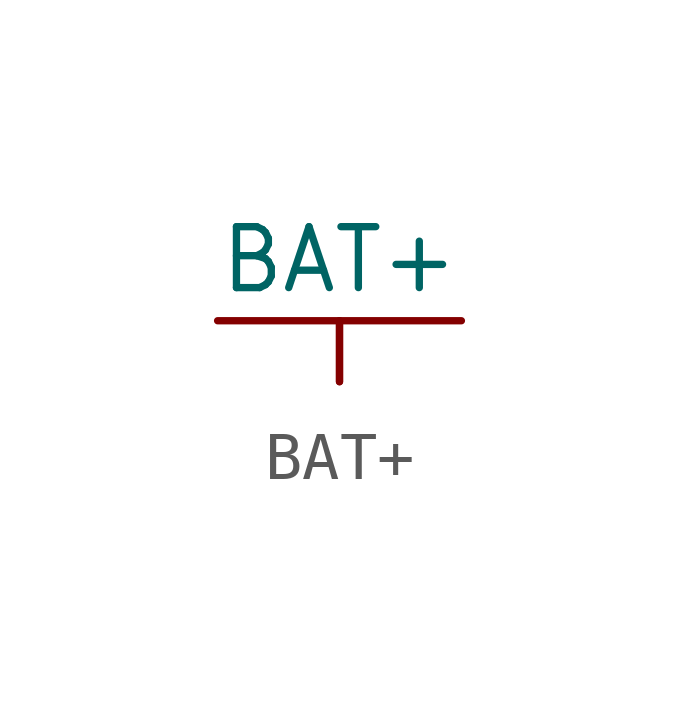
<source format=kicad_sym>
(kicad_symbol_lib
  (version 20220914)
  (generator kicad_symbol_editor)
  (symbol "BAT+"
    (power)
    (property "Reference" "#PWR"
      (at 0 2.54 0)
      (effects (font (size 1.27 1.27)) hide))
    (property "Value" "BAT+"
      (at 0 0 0)
      (effects (font (size 1.27 1.27))))
    (symbol "BAT+_0_1"
      (polyline (pts (xy -2.54 -1.27) (xy 2.54 -1.27)) (stroke (width 0) (type default)) (fill (type none)))
      (polyline (pts (xy 0 -1.27) (xy 0 -2.54)) (stroke (width 0) (type default)) (fill (type none)))
      (polyline (pts (xy 0 -1.27) (xy 0 -2.54)) (stroke (width 0) (type default)) (fill (type none))))
    (symbol "BAT+_1_1"
      (pin power_in line (at 0 -2.54 270) (length 0) hide (name "BAT+" (effects (font (size 1.27 1.27)))) (number "1" (effects (font (size 1.27 1.27))))))))
</source>
